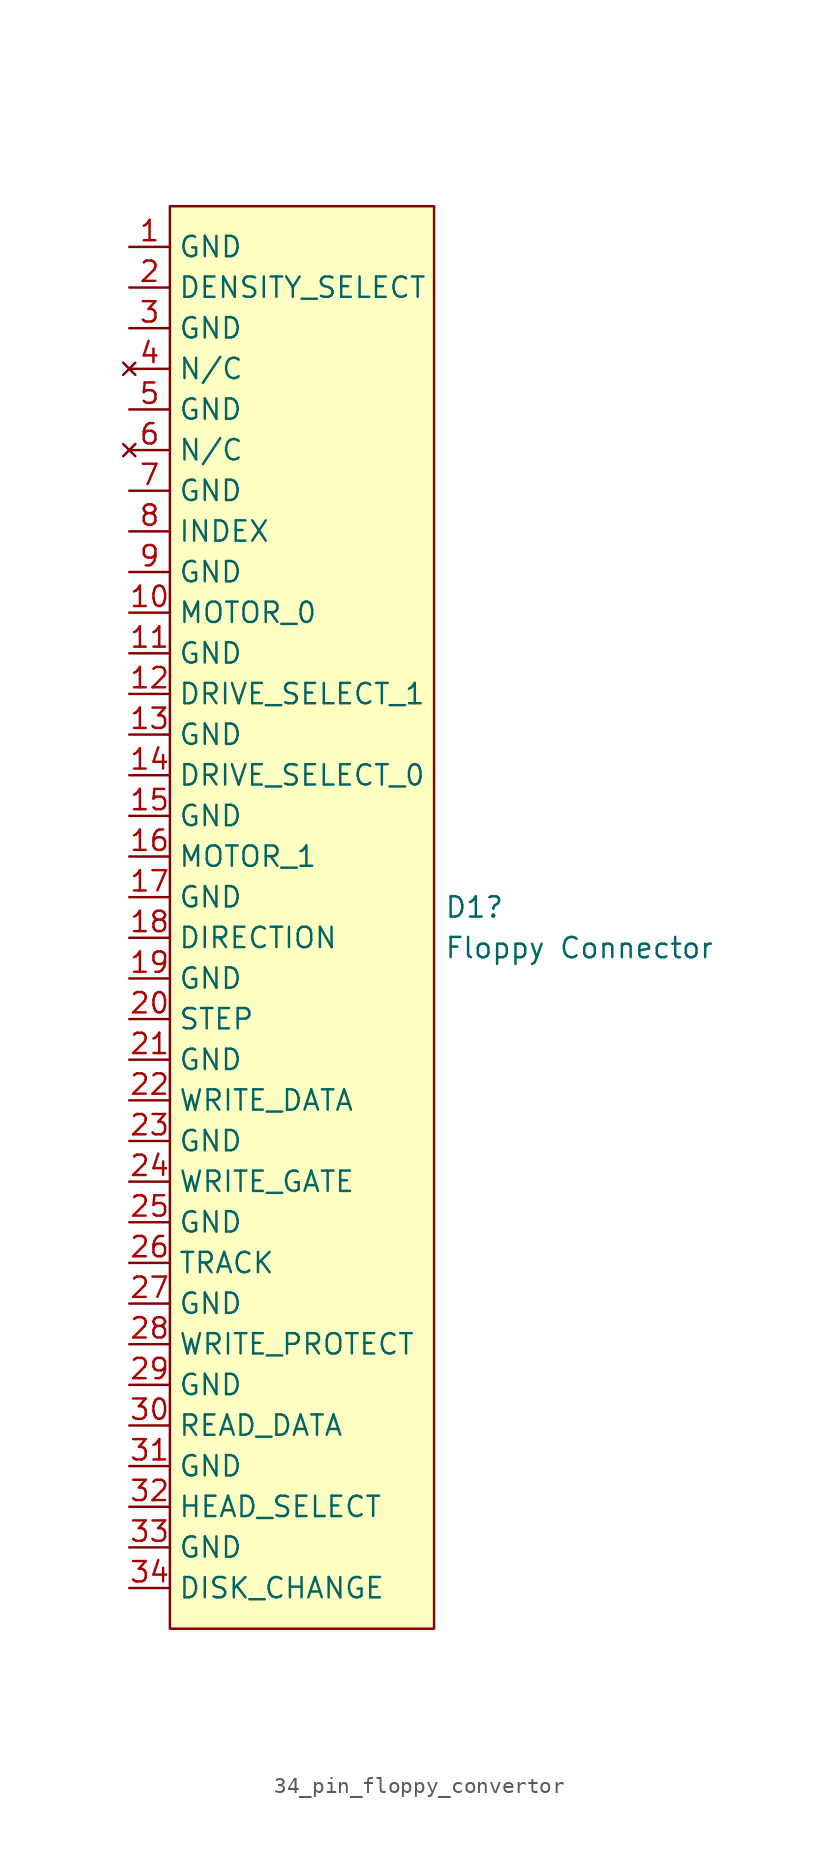
<source format=kicad_sym>
(kicad_symbol_lib
  (version 20220914)
  (generator kicad_symbol_editor)
  (symbol "34_pin_floppy_convertor"
    (property "Reference" "D1"
      (at 8.255 1.905 0)
      (effects (font (size 1.27 1.27)) (justify left)))
    (property "Value" "Floppy Connector"
      (at 8.255 -0.635 0)
      (effects (font (size 1.27 1.27)) (justify left)))
    (symbol "34_pin_floppy_convertor_0_0"
      (pin power_in line (at -11.43 43.18 0) (length 2.54) (name "GND" (effects (font (size 1.27 1.27)))) (number "1" (effects (font (size 1.27 1.27)))))
      (pin output line (at -11.43 20.32 0) (length 2.54) (name "MOTOR_0" (effects (font (size 1.27 1.27)))) (number "10" (effects (font (size 1.27 1.27)))))
      (pin power_in line (at -11.43 17.78 0) (length 2.54) (name "GND" (effects (font (size 1.27 1.27)))) (number "11" (effects (font (size 1.27 1.27)))))
      (pin output line (at -11.43 15.24 0) (length 2.54) (name "DRIVE_SELECT_1" (effects (font (size 1.27 1.27)))) (number "12" (effects (font (size 1.27 1.27)))))
      (pin power_in line (at -11.43 12.7 0) (length 2.54) (name "GND" (effects (font (size 1.27 1.27)))) (number "13" (effects (font (size 1.27 1.27)))))
      (pin output line (at -11.43 10.16 0) (length 2.54) (name "DRIVE_SELECT_0" (effects (font (size 1.27 1.27)))) (number "14" (effects (font (size 1.27 1.27)))))
      (pin power_in line (at -11.43 7.62 0) (length 2.54) (name "GND" (effects (font (size 1.27 1.27)))) (number "15" (effects (font (size 1.27 1.27)))))
      (pin output line (at -11.43 5.08 0) (length 2.54) (name "MOTOR_1" (effects (font (size 1.27 1.27)))) (number "16" (effects (font (size 1.27 1.27)))))
      (pin power_in line (at -11.43 2.54 0) (length 2.54) (name "GND" (effects (font (size 1.27 1.27)))) (number "17" (effects (font (size 1.27 1.27)))))
      (pin output line (at -11.43 0 0) (length 2.54) (name "DIRECTION" (effects (font (size 1.27 1.27)))) (number "18" (effects (font (size 1.27 1.27)))))
      (pin power_in line (at -11.43 -2.54 0) (length 2.54) (name "GND" (effects (font (size 1.27 1.27)))) (number "19" (effects (font (size 1.27 1.27)))))
      (pin output line (at -11.43 40.64 0) (length 2.54) (name "DENSITY_SELECT" (effects (font (size 1.27 1.27)))) (number "2" (effects (font (size 1.27 1.27)))))
      (pin output line (at -11.43 -5.08 0) (length 2.54) (name "STEP" (effects (font (size 1.27 1.27)))) (number "20" (effects (font (size 1.27 1.27)))))
      (pin power_in line (at -11.43 -7.62 0) (length 2.54) (name "GND" (effects (font (size 1.27 1.27)))) (number "21" (effects (font (size 1.27 1.27)))))
      (pin output line (at -11.43 -10.16 0) (length 2.54) (name "WRITE_DATA" (effects (font (size 1.27 1.27)))) (number "22" (effects (font (size 1.27 1.27)))))
      (pin power_in line (at -11.43 -12.7 0) (length 2.54) (name "GND" (effects (font (size 1.27 1.27)))) (number "23" (effects (font (size 1.27 1.27)))))
      (pin output line (at -11.43 -15.24 0) (length 2.54) (name "WRITE_GATE" (effects (font (size 1.27 1.27)))) (number "24" (effects (font (size 1.27 1.27)))))
      (pin power_in line (at -11.43 -17.78 0) (length 2.54) (name "GND" (effects (font (size 1.27 1.27)))) (number "25" (effects (font (size 1.27 1.27)))))
      (pin input line (at -11.43 -20.32 0) (length 2.54) (name "TRACK" (effects (font (size 1.27 1.27)))) (number "26" (effects (font (size 1.27 1.27)))))
      (pin power_in line (at -11.43 -22.86 0) (length 2.54) (name "GND" (effects (font (size 1.27 1.27)))) (number "27" (effects (font (size 1.27 1.27)))))
      (pin input line (at -11.43 -25.4 0) (length 2.54) (name "WRITE_PROTECT" (effects (font (size 1.27 1.27)))) (number "28" (effects (font (size 1.27 1.27)))))
      (pin power_in line (at -11.43 -27.94 0) (length 2.54) (name "GND" (effects (font (size 1.27 1.27)))) (number "29" (effects (font (size 1.27 1.27)))))
      (pin power_in line (at -11.43 38.1 0) (length 2.54) (name "GND" (effects (font (size 1.27 1.27)))) (number "3" (effects (font (size 1.27 1.27)))))
      (pin input line (at -11.43 -30.48 0) (length 2.54) (name "READ_DATA" (effects (font (size 1.27 1.27)))) (number "30" (effects (font (size 1.27 1.27)))))
      (pin power_in line (at -11.43 -33.02 0) (length 2.54) (name "GND" (effects (font (size 1.27 1.27)))) (number "31" (effects (font (size 1.27 1.27)))))
      (pin output line (at -11.43 -35.56 0) (length 2.54) (name "HEAD_SELECT" (effects (font (size 1.27 1.27)))) (number "32" (effects (font (size 1.27 1.27)))))
      (pin power_in line (at -11.43 -38.1 0) (length 2.54) (name "GND" (effects (font (size 1.27 1.27)))) (number "33" (effects (font (size 1.27 1.27)))))
      (pin input line (at -11.43 -40.64 0) (length 2.54) (name "DISK_CHANGE" (effects (font (size 1.27 1.27)))) (number "34" (effects (font (size 1.27 1.27)))))
      (pin no_connect line (at -11.43 35.56 0) (length 2.54) (name "N/C" (effects (font (size 1.27 1.27)))) (number "4" (effects (font (size 1.27 1.27)))))
      (pin power_in line (at -11.43 33.02 0) (length 2.54) (name "GND" (effects (font (size 1.27 1.27)))) (number "5" (effects (font (size 1.27 1.27)))))
      (pin no_connect line (at -11.43 30.48 0) (length 2.54) (name "N/C" (effects (font (size 1.27 1.27)))) (number "6" (effects (font (size 1.27 1.27)))))
      (pin power_in line (at -11.43 27.94 0) (length 2.54) (name "GND" (effects (font (size 1.27 1.27)))) (number "7" (effects (font (size 1.27 1.27)))))
      (pin input line (at -11.43 25.4 0) (length 2.54) (name "INDEX" (effects (font (size 1.27 1.27)))) (number "8" (effects (font (size 1.27 1.27)))))
      (pin power_in line (at -11.43 22.86 0) (length 2.54) (name "GND" (effects (font (size 1.27 1.27)))) (number "9" (effects (font (size 1.27 1.27))))))
    (symbol "34_pin_floppy_convertor_1_1"
      (rectangle (start -8.89 45.72) (end 7.62 -43.18) (stroke (width 0) (type default)) (fill (type background))))))
</source>
